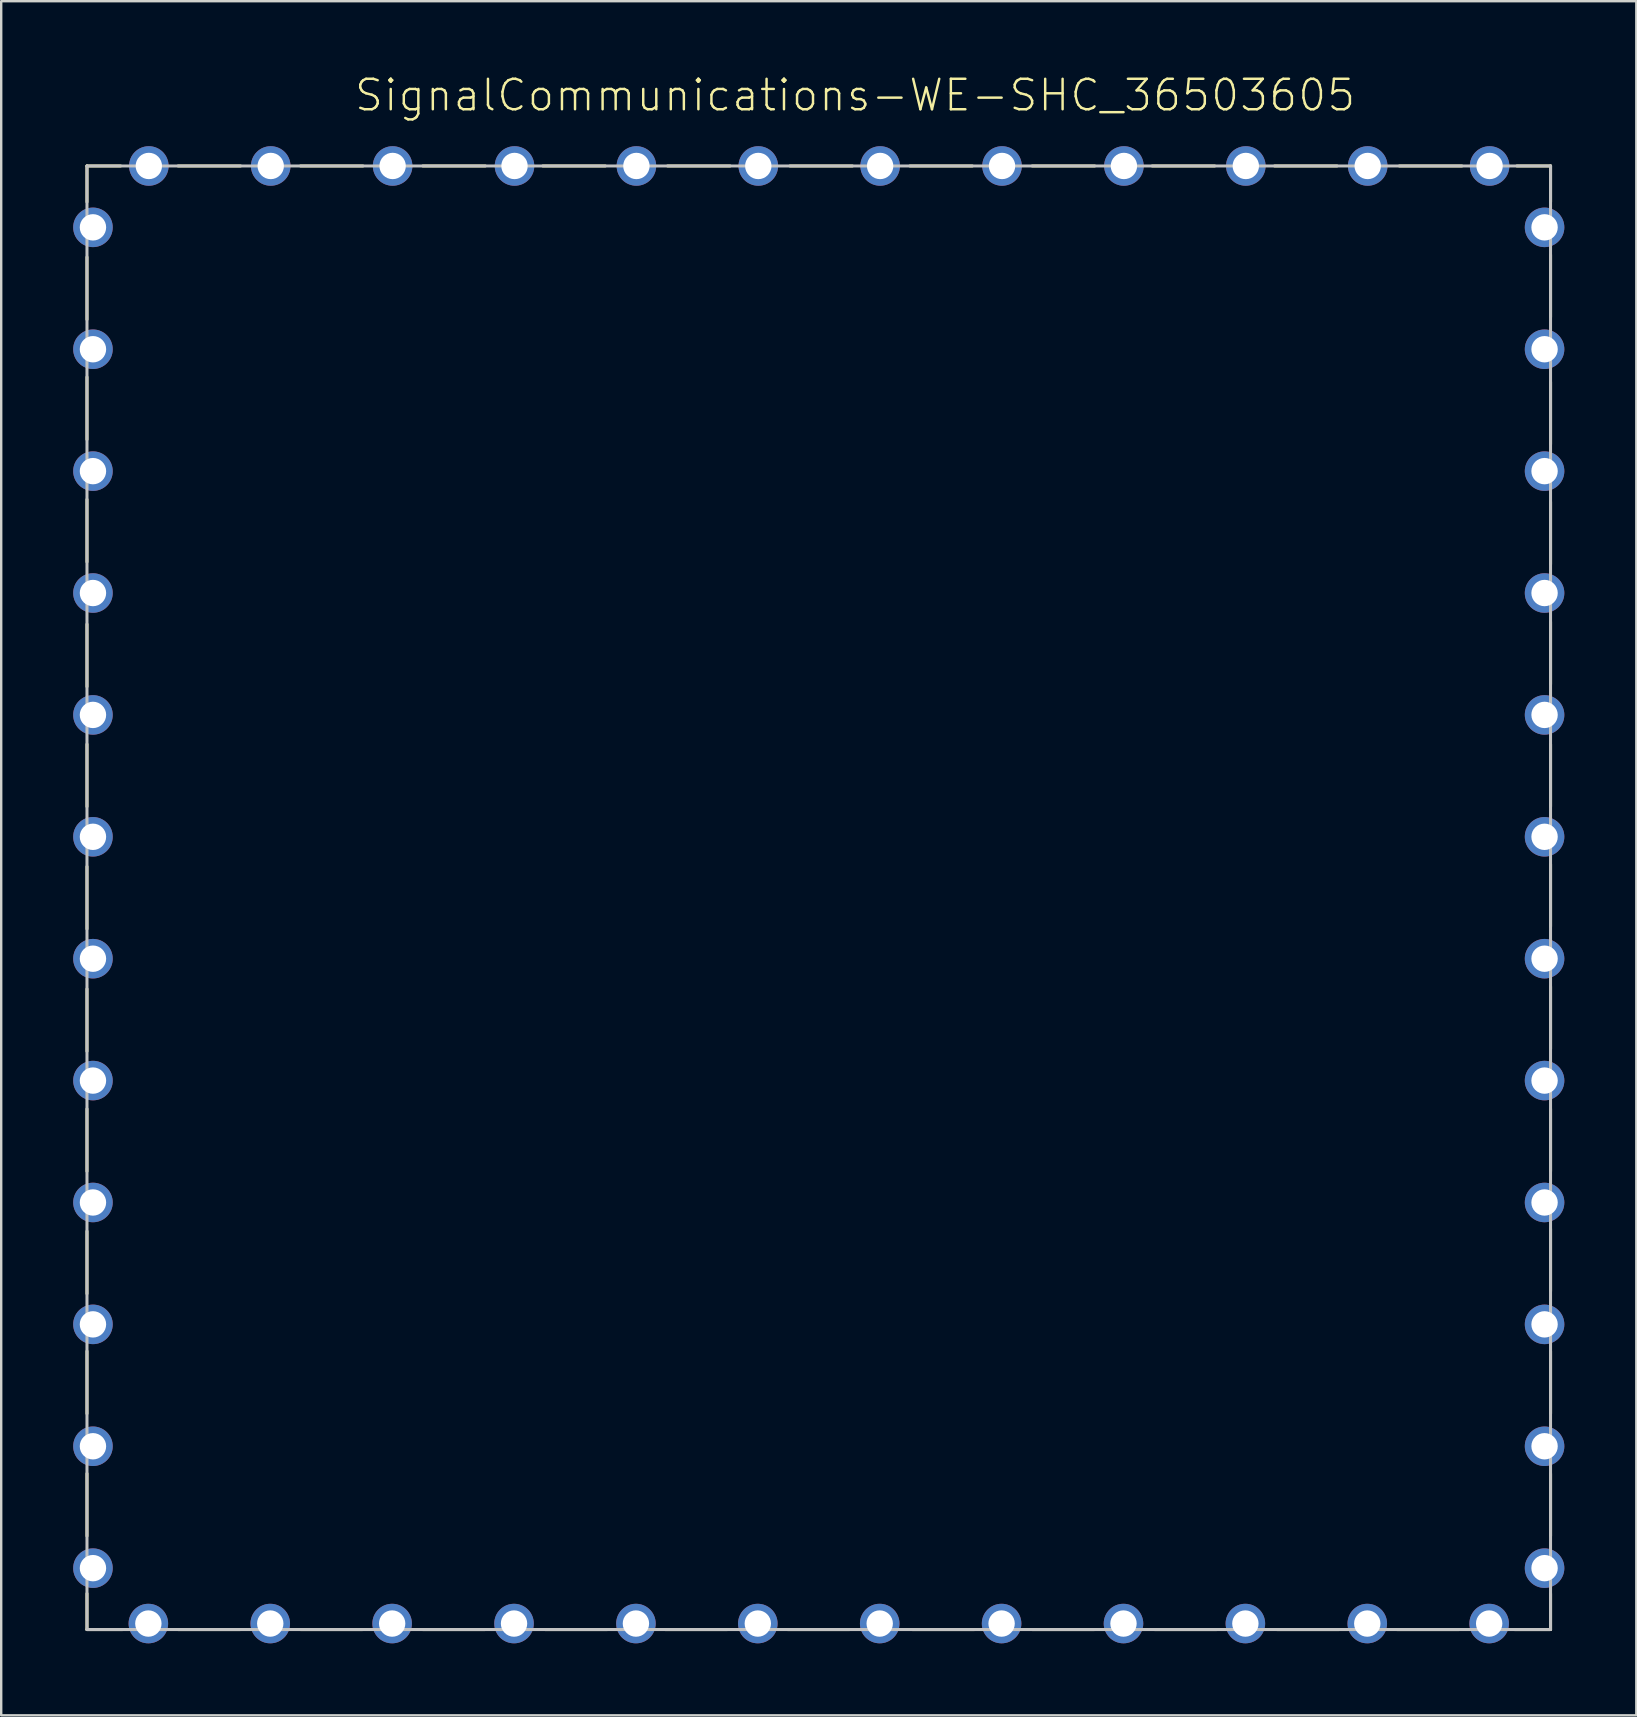
<source format=kicad_pcb>
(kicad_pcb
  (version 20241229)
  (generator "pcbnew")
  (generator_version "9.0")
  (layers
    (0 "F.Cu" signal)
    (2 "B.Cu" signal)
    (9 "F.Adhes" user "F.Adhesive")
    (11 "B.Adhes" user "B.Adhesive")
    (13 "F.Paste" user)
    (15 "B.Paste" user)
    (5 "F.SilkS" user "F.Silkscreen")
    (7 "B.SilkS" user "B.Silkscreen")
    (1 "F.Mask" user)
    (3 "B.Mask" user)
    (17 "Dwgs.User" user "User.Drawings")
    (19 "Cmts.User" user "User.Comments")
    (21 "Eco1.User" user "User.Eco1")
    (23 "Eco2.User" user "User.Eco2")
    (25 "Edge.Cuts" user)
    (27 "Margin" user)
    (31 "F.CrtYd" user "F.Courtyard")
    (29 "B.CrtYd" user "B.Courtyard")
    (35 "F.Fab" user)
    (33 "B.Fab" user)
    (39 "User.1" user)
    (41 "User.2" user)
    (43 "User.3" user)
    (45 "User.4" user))
  (footprint "SignalCommunications-WE-SHC_36503605"
    (layer "F.Cu")
    (at 31.073 34.365)
    (property "Reference" "SignalCommunications-WE-SHC_36503605" (at 1.514 -33.444 0) (layer "F.SilkS") (effects (font (size 1.27 1.27) (thickness 0.102))))
    (attr exclude_from_pos_files exclude_from_bom)
    (fp_line (start -30.498 -30.498) (end -30.498 -28.999) (stroke (width 0.127) (type solid)) (layer "F.SilkS"))
    (fp_line (start -30.498 -24.1) (end -30.498 -26.698) (stroke (width 0.127) (type solid)) (layer "F.SilkS"))
    (fp_line (start -30.498 -19.098) (end -30.498 -21.699) (stroke (width 0.127) (type solid)) (layer "F.SilkS"))
    (fp_line (start -30.498 -13.998) (end -30.498 -16.599) (stroke (width 0.127) (type solid)) (layer "F.SilkS"))
    (fp_line (start -30.498 -8.799) (end -30.498 -11.4) (stroke (width 0.127) (type solid)) (layer "F.SilkS"))
    (fp_line (start -30.498 -3.8) (end -30.498 -6.398) (stroke (width 0.127) (type solid)) (layer "F.SilkS"))
    (fp_line (start -30.498 1.298) (end -30.498 -1.298) (stroke (width 0.127) (type solid)) (layer "F.SilkS"))
    (fp_line (start -30.498 6.398) (end -30.498 3.8) (stroke (width 0.127) (type solid)) (layer "F.SilkS"))
    (fp_line (start -30.498 11.4) (end -30.498 8.799) (stroke (width 0.127) (type solid)) (layer "F.SilkS"))
    (fp_line (start -30.498 16.5) (end -30.498 13.899) (stroke (width 0.127) (type solid)) (layer "F.SilkS"))
    (fp_line (start -30.498 21.499) (end -30.498 18.898) (stroke (width 0.127) (type solid)) (layer "F.SilkS"))
    (fp_line (start -30.498 26.599) (end -30.498 23.998) (stroke (width 0.127) (type solid)) (layer "F.SilkS"))
    (fp_line (start -30.498 28.999) (end -30.498 30.498) (stroke (width 0.127) (type solid)) (layer "F.SilkS"))
    (fp_line (start -30.498 30.498) (end -28.999 30.498) (stroke (width 0.127) (type solid)) (layer "F.SilkS"))
    (fp_line (start -29.098 -30.498) (end -30.498 -30.498) (stroke (width 0.127) (type solid)) (layer "F.SilkS"))
    (fp_line (start -26.698 -30.498) (end -24.1 -30.498) (stroke (width 0.127) (type solid)) (layer "F.SilkS"))
    (fp_line (start -26.698 30.498) (end -24.1 30.498) (stroke (width 0.127) (type solid)) (layer "F.SilkS"))
    (fp_line (start -21.598 -30.498) (end -18.999 -30.498) (stroke (width 0.127) (type solid)) (layer "F.SilkS"))
    (fp_line (start -21.598 30.498) (end -18.999 30.498) (stroke (width 0.127) (type solid)) (layer "F.SilkS"))
    (fp_line (start -16.5 -30.498) (end -13.899 -30.498) (stroke (width 0.127) (type solid)) (layer "F.SilkS"))
    (fp_line (start -16.5 30.498) (end -13.899 30.498) (stroke (width 0.127) (type solid)) (layer "F.SilkS"))
    (fp_line (start -11.499 -30.498) (end -8.898 -30.498) (stroke (width 0.127) (type solid)) (layer "F.SilkS"))
    (fp_line (start -11.4 30.498) (end -8.799 30.498) (stroke (width 0.127) (type solid)) (layer "F.SilkS"))
    (fp_line (start -6.398 30.498) (end -3.8 30.498) (stroke (width 0.127) (type solid)) (layer "F.SilkS"))
    (fp_line (start -6.299 -30.498) (end -3.698 -30.498) (stroke (width 0.127) (type solid)) (layer "F.SilkS"))
    (fp_line (start -1.298 30.498) (end 1.298 30.498) (stroke (width 0.127) (type solid)) (layer "F.SilkS"))
    (fp_line (start -1.199 -30.498) (end 1.4 -30.498) (stroke (width 0.127) (type solid)) (layer "F.SilkS"))
    (fp_line (start 3.8 -30.498) (end 6.398 -30.498) (stroke (width 0.127) (type solid)) (layer "F.SilkS"))
    (fp_line (start 3.899 30.498) (end 6.5 30.498) (stroke (width 0.127) (type solid)) (layer "F.SilkS"))
    (fp_line (start 8.898 -30.498) (end 11.499 -30.498) (stroke (width 0.127) (type solid)) (layer "F.SilkS"))
    (fp_line (start 8.898 30.498) (end 11.499 30.498) (stroke (width 0.127) (type solid)) (layer "F.SilkS"))
    (fp_line (start 13.899 -30.498) (end 16.5 -30.498) (stroke (width 0.127) (type solid)) (layer "F.SilkS"))
    (fp_line (start 13.998 30.498) (end 16.599 30.498) (stroke (width 0.127) (type solid)) (layer "F.SilkS"))
    (fp_line (start 18.999 -30.498) (end 21.598 -30.498) (stroke (width 0.127) (type solid)) (layer "F.SilkS"))
    (fp_line (start 19.098 30.498) (end 21.699 30.498) (stroke (width 0.127) (type solid)) (layer "F.SilkS"))
    (fp_line (start 24.1 30.498) (end 26.698 30.498) (stroke (width 0.127) (type solid)) (layer "F.SilkS"))
    (fp_line (start 24.199 -30.498) (end 26.8 -30.498) (stroke (width 0.127) (type solid)) (layer "F.SilkS"))
    (fp_line (start 29.098 -30.498) (end 30.498 -30.498) (stroke (width 0.127) (type solid)) (layer "F.SilkS"))
    (fp_line (start 30.498 -30.498) (end 30.498 -28.999) (stroke (width 0.127) (type solid)) (layer "F.SilkS"))
    (fp_line (start 30.498 -24.199) (end 30.498 -26.8) (stroke (width 0.127) (type solid)) (layer "F.SilkS"))
    (fp_line (start 30.498 -18.898) (end 30.498 -21.499) (stroke (width 0.127) (type solid)) (layer "F.SilkS"))
    (fp_line (start 30.498 -13.899) (end 30.498 -16.5) (stroke (width 0.127) (type solid)) (layer "F.SilkS"))
    (fp_line (start 30.498 -8.898) (end 30.498 -11.499) (stroke (width 0.127) (type solid)) (layer "F.SilkS"))
    (fp_line (start 30.498 -3.8) (end 30.498 -6.398) (stroke (width 0.127) (type solid)) (layer "F.SilkS"))
    (fp_line (start 30.498 1.199) (end 30.498 -1.4) (stroke (width 0.127) (type solid)) (layer "F.SilkS"))
    (fp_line (start 30.498 6.299) (end 30.498 3.698) (stroke (width 0.127) (type solid)) (layer "F.SilkS"))
    (fp_line (start 30.498 11.4) (end 30.498 8.799) (stroke (width 0.127) (type solid)) (layer "F.SilkS"))
    (fp_line (start 30.498 16.398) (end 30.498 13.8) (stroke (width 0.127) (type solid)) (layer "F.SilkS"))
    (fp_line (start 30.498 21.499) (end 30.498 18.898) (stroke (width 0.127) (type solid)) (layer "F.SilkS"))
    (fp_line (start 30.498 26.599) (end 30.498 23.998) (stroke (width 0.127) (type solid)) (layer "F.SilkS"))
    (fp_line (start 30.498 28.999) (end 30.498 30.498) (stroke (width 0.127) (type solid)) (layer "F.SilkS"))
    (fp_line (start 30.498 30.498) (end 28.999 30.498) (stroke (width 0.127) (type solid)) (layer "F.SilkS"))
    (fp_line (start -30.498 -30.498) (end -30.498 30.498) (stroke (width 0.127) (type solid)) (layer "Dwgs.User"))
    (fp_line (start -30.498 30.498) (end 30.498 30.498) (stroke (width 0.127) (type solid)) (layer "Dwgs.User"))
    (fp_line (start 30.498 -30.498) (end -30.498 -30.498) (stroke (width 0.127) (type solid)) (layer "Dwgs.User"))
    (fp_line (start 30.498 30.498) (end 30.498 -30.498) (stroke (width 0.127) (type solid)) (layer "Dwgs.User"))
    (pad "1" thru_hole circle (at 30.249 -27.94) (size 1.648 1.648) (drill 1.1) (layers "*.Cu" "*.Paste" "*.Mask"))
    (pad "2" thru_hole circle (at 30.249 -22.86) (size 1.648 1.648) (drill 1.1) (layers "*.Cu" "*.Paste" "*.Mask"))
    (pad "3" thru_hole circle (at 30.249 -17.78) (size 1.648 1.648) (drill 1.1) (layers "*.Cu" "*.Paste" "*.Mask"))
    (pad "4" thru_hole circle (at 30.249 -12.7) (size 1.648 1.648) (drill 1.1) (layers "*.Cu" "*.Paste" "*.Mask"))
    (pad "5" thru_hole circle (at 30.249 -7.62) (size 1.648 1.648) (drill 1.1) (layers "*.Cu" "*.Paste" "*.Mask"))
    (pad "6" thru_hole circle (at 30.249 -2.54) (size 1.648 1.648) (drill 1.1) (layers "*.Cu" "*.Paste" "*.Mask"))
    (pad "7" thru_hole circle (at 30.249 2.54) (size 1.648 1.648) (drill 1.1) (layers "*.Cu" "*.Paste" "*.Mask"))
    (pad "8" thru_hole circle (at 30.249 7.62) (size 1.648 1.648) (drill 1.1) (layers "*.Cu" "*.Paste" "*.Mask"))
    (pad "9" thru_hole circle (at 30.249 12.7) (size 1.648 1.648) (drill 1.1) (layers "*.Cu" "*.Paste" "*.Mask"))
    (pad "10" thru_hole circle (at 30.249 17.78) (size 1.648 1.648) (drill 1.1) (layers "*.Cu" "*.Paste" "*.Mask"))
    (pad "11" thru_hole circle (at 30.249 22.86) (size 1.648 1.648) (drill 1.1) (layers "*.Cu" "*.Paste" "*.Mask"))
    (pad "12" thru_hole circle (at 30.249 27.94) (size 1.648 1.648) (drill 1.1) (layers "*.Cu" "*.Paste" "*.Mask"))
    (pad "13" thru_hole circle (at 27.94 30.249) (size 1.648 1.648) (drill 1.1) (layers "*.Cu" "*.Paste" "*.Mask"))
    (pad "14" thru_hole circle (at 22.86 30.249) (size 1.648 1.648) (drill 1.1) (layers "*.Cu" "*.Paste" "*.Mask"))
    (pad "15" thru_hole circle (at 17.78 30.249) (size 1.648 1.648) (drill 1.1) (layers "*.Cu" "*.Paste" "*.Mask"))
    (pad "16" thru_hole circle (at 12.7 30.249) (size 1.648 1.648) (drill 1.1) (layers "*.Cu" "*.Paste" "*.Mask"))
    (pad "17" thru_hole circle (at 7.62 30.249) (size 1.648 1.648) (drill 1.1) (layers "*.Cu" "*.Paste" "*.Mask"))
    (pad "18" thru_hole circle (at 2.54 30.249) (size 1.648 1.648) (drill 1.1) (layers "*.Cu" "*.Paste" "*.Mask"))
    (pad "19" thru_hole circle (at -2.54 30.249) (size 1.648 1.648) (drill 1.1) (layers "*.Cu" "*.Paste" "*.Mask"))
    (pad "20" thru_hole circle (at -7.62 30.249) (size 1.648 1.648) (drill 1.1) (layers "*.Cu" "*.Paste" "*.Mask"))
    (pad "21" thru_hole circle (at -12.7 30.249) (size 1.648 1.648) (drill 1.1) (layers "*.Cu" "*.Paste" "*.Mask"))
    (pad "22" thru_hole circle (at -17.78 30.249) (size 1.648 1.648) (drill 1.1) (layers "*.Cu" "*.Paste" "*.Mask"))
    (pad "23" thru_hole circle (at -22.86 30.249) (size 1.648 1.648) (drill 1.1) (layers "*.Cu" "*.Paste" "*.Mask"))
    (pad "24" thru_hole circle (at -27.94 30.249) (size 1.648 1.648) (drill 1.1) (layers "*.Cu" "*.Paste" "*.Mask"))
    (pad "25" thru_hole circle (at -30.249 27.94) (size 1.648 1.648) (drill 1.1) (layers "*.Cu" "*.Paste" "*.Mask"))
    (pad "26" thru_hole circle (at -30.249 22.86) (size 1.648 1.648) (drill 1.1) (layers "*.Cu" "*.Paste" "*.Mask"))
    (pad "27" thru_hole circle (at -30.249 17.78) (size 1.648 1.648) (drill 1.1) (layers "*.Cu" "*.Paste" "*.Mask"))
    (pad "28" thru_hole circle (at -30.249 12.7) (size 1.648 1.648) (drill 1.1) (layers "*.Cu" "*.Paste" "*.Mask"))
    (pad "29" thru_hole circle (at -30.249 7.62) (size 1.648 1.648) (drill 1.1) (layers "*.Cu" "*.Paste" "*.Mask"))
    (pad "30" thru_hole circle (at -30.249 2.54) (size 1.648 1.648) (drill 1.1) (layers "*.Cu" "*.Paste" "*.Mask"))
    (pad "31" thru_hole circle (at -30.249 -2.54) (size 1.648 1.648) (drill 1.1) (layers "*.Cu" "*.Paste" "*.Mask"))
    (pad "32" thru_hole circle (at -30.249 -7.62) (size 1.648 1.648) (drill 1.1) (layers "*.Cu" "*.Paste" "*.Mask"))
    (pad "33" thru_hole circle (at -30.249 -12.7) (size 1.648 1.648) (drill 1.1) (layers "*.Cu" "*.Paste" "*.Mask"))
    (pad "34" thru_hole circle (at -30.249 -17.78) (size 1.648 1.648) (drill 1.1) (layers "*.Cu" "*.Paste" "*.Mask"))
    (pad "35" thru_hole circle (at -30.249 -22.86) (size 1.648 1.648) (drill 1.1) (layers "*.Cu" "*.Paste" "*.Mask"))
    (pad "36" thru_hole circle (at -30.249 -27.94) (size 1.648 1.648) (drill 1.1) (layers "*.Cu" "*.Paste" "*.Mask"))
    (pad "37" thru_hole circle (at -27.92 -30.498) (size 1.648 1.648) (drill 1.1) (layers "*.Cu" "*.Paste" "*.Mask"))
    (pad "38" thru_hole circle (at -22.84 -30.498) (size 1.648 1.648) (drill 1.1) (layers "*.Cu" "*.Paste" "*.Mask"))
    (pad "39" thru_hole circle (at -17.76 -30.498) (size 1.648 1.648) (drill 1.1) (layers "*.Cu" "*.Paste" "*.Mask"))
    (pad "40" thru_hole circle (at -12.68 -30.498) (size 1.648 1.648) (drill 1.1) (layers "*.Cu" "*.Paste" "*.Mask"))
    (pad "41" thru_hole circle (at -7.6 -30.498) (size 1.648 1.648) (drill 1.1) (layers "*.Cu" "*.Paste" "*.Mask"))
    (pad "42" thru_hole circle (at -2.52 -30.498) (size 1.648 1.648) (drill 1.1) (layers "*.Cu" "*.Paste" "*.Mask"))
    (pad "43" thru_hole circle (at 2.558 -30.498) (size 1.648 1.648) (drill 1.1) (layers "*.Cu" "*.Paste" "*.Mask"))
    (pad "44" thru_hole circle (at 7.638 -30.498) (size 1.648 1.648) (drill 1.1) (layers "*.Cu" "*.Paste" "*.Mask"))
    (pad "45" thru_hole circle (at 12.718 -30.498) (size 1.648 1.648) (drill 1.1) (layers "*.Cu" "*.Paste" "*.Mask"))
    (pad "46" thru_hole circle (at 17.798 -30.498) (size 1.648 1.648) (drill 1.1) (layers "*.Cu" "*.Paste" "*.Mask"))
    (pad "47" thru_hole circle (at 22.878 -30.498) (size 1.648 1.648) (drill 1.1) (layers "*.Cu" "*.Paste" "*.Mask"))
    (pad "48" thru_hole circle (at 27.958 -30.498) (size 1.648 1.648) (drill 1.1) (layers "*.Cu" "*.Paste" "*.Mask")))
  (gr_rect
    (start -3 -3)
    (end 65.146 68.439)
    (stroke (width 0.1) (type default))
    (fill no)
    (layer "Edge.Cuts")))
</source>
